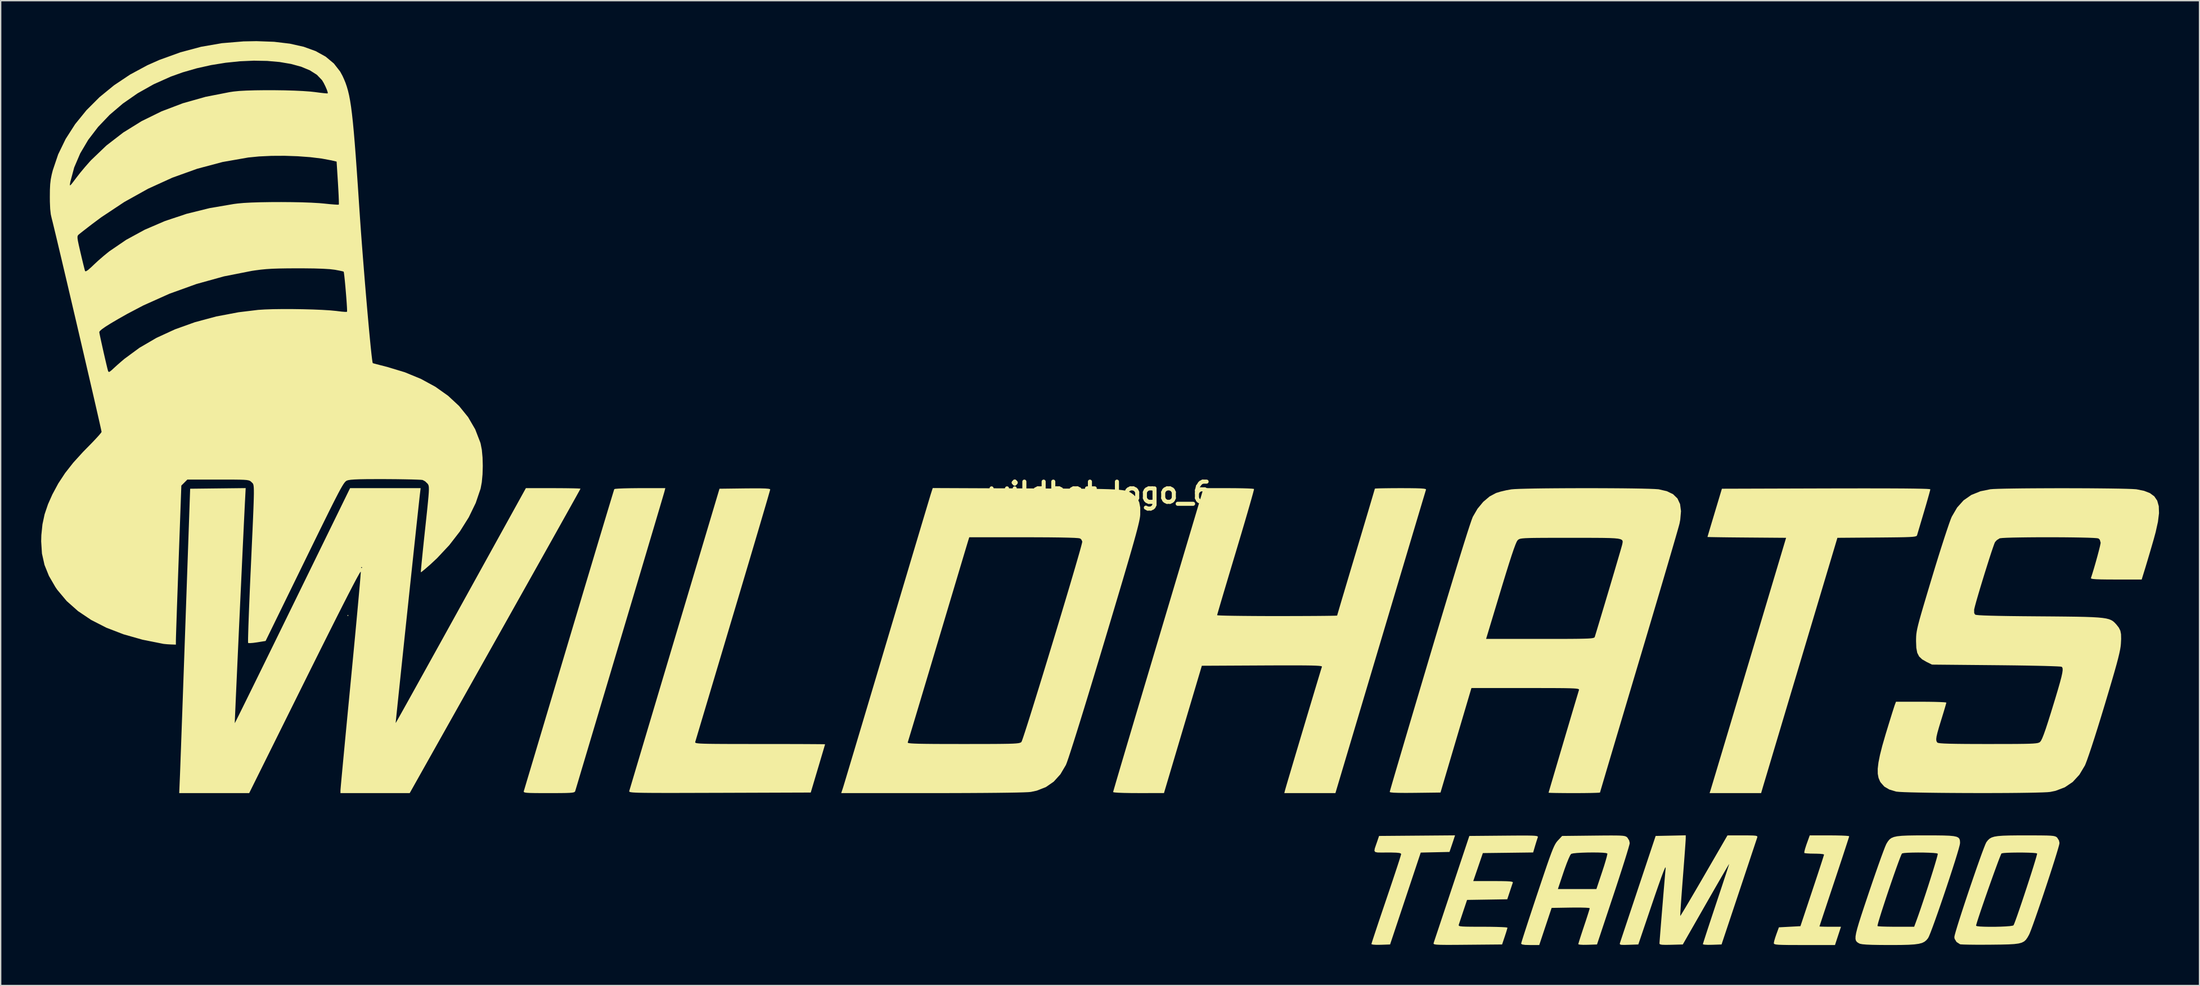
<source format=kicad_pcb>
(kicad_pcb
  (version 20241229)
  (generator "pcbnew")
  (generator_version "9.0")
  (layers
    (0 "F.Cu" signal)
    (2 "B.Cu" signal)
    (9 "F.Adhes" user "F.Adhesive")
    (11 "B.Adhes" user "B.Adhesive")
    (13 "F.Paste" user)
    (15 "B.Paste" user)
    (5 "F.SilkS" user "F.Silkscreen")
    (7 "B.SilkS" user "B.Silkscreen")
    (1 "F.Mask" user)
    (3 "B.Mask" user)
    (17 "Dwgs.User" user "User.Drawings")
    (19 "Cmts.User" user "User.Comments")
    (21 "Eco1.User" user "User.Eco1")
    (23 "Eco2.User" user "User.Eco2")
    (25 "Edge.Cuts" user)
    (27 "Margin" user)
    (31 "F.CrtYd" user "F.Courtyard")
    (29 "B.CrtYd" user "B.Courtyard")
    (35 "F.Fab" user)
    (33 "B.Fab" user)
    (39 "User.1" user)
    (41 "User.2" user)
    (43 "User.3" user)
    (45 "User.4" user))
  (footprint "wildhat_logo_6"
    (layer "F.Cu")
    (at 78.473 33.472)
    (property "Reference" "wildhat_logo_6" (at 0 0 0) (layer "F.SilkS") (effects (font (size 1.5 1.5) (thickness 0.3))))
    (attr board_only exclude_from_pos_files exclude_from_bom)
    (fp_poly (pts (xy -55.711 9.102) (xy -55.753 9.144) (xy -55.795 9.102) (xy -55.753 9.059)) (stroke (width 0) (type solid)) (fill yes) (layer "F.SilkS"))
    (fp_poly (pts (xy 26.198 25.589) (xy 26.135 25.781) (xy 26.044 26.054) (xy 25.993 26.204) (xy 25.85 26.628) (xy 24.784 26.651) (xy 23.719 26.675) (xy 22.584 30.08) (xy 21.449 33.486) (xy 20.758 33.51) (xy 20.434 33.513) (xy 20.193 33.498) (xy 20.073 33.467) (xy 20.066 33.456) (xy 20.092 33.361) (xy 20.168 33.124) (xy 20.287 32.761) (xy 20.443 32.29) (xy 20.63 31.728) (xy 20.844 31.094) (xy 21.078 30.404) (xy 21.167 30.141) (xy 21.406 29.433) (xy 21.628 28.773) (xy 21.826 28.178) (xy 21.995 27.667) (xy 22.128 27.256) (xy 22.219 26.963) (xy 22.264 26.807) (xy 22.267 26.787) (xy 22.235 26.736) (xy 22.12 26.702) (xy 21.9 26.681) (xy 21.55 26.671) (xy 21.246 26.67) (xy 20.805 26.673) (xy 20.513 26.668) (xy 20.347 26.631) (xy 20.288 26.542) (xy 20.313 26.377) (xy 20.401 26.114) (xy 20.489 25.866) (xy 20.632 25.442) (xy 23.446 25.42) (xy 26.259 25.398)) (stroke (width 0) (type solid)) (fill yes) (layer "F.SilkS"))
    (fp_poly (pts (xy 54.472 25.404) (xy 54.883 25.413) (xy 55.202 25.428) (xy 55.401 25.447) (xy 55.457 25.465) (xy 55.431 25.557) (xy 55.357 25.792) (xy 55.24 26.153) (xy 55.086 26.623) (xy 54.902 27.185) (xy 54.691 27.822) (xy 54.461 28.515) (xy 54.356 28.829) (xy 54.119 29.54) (xy 53.899 30.2) (xy 53.703 30.792) (xy 53.535 31.297) (xy 53.402 31.701) (xy 53.308 31.985) (xy 53.26 32.133) (xy 53.255 32.151) (xy 53.334 32.161) (xy 53.545 32.168) (xy 53.851 32.173) (xy 54.052 32.173) (xy 54.849 32.173) (xy 54.627 32.851) (xy 54.405 33.528) (xy 52.137 33.528) (xy 51.457 33.527) (xy 50.928 33.525) (xy 50.531 33.518) (xy 50.248 33.508) (xy 50.059 33.491) (xy 49.946 33.467) (xy 49.891 33.436) (xy 49.874 33.394) (xy 49.874 33.38) (xy 49.904 33.225) (xy 49.979 32.972) (xy 50.064 32.724) (xy 50.25 32.216) (xy 51.047 32.173) (xy 51.845 32.131) (xy 52.719 29.507) (xy 52.93 28.873) (xy 53.123 28.29) (xy 53.291 27.778) (xy 53.428 27.356) (xy 53.528 27.043) (xy 53.584 26.86) (xy 53.594 26.819) (xy 53.516 26.79) (xy 53.308 26.767) (xy 53.009 26.756) (xy 52.888 26.755) (xy 52.559 26.749) (xy 52.298 26.734) (xy 52.15 26.713) (xy 52.133 26.705) (xy 52.136 26.607) (xy 52.189 26.394) (xy 52.282 26.105) (xy 52.309 26.028) (xy 52.535 25.4) (xy 53.996 25.4)) (stroke (width 0) (type solid)) (fill yes) (layer "F.SilkS"))
    (fp_poly (pts (xy 31.623 25.412) (xy 31.944 25.418) (xy 32.166 25.43) (xy 32.303 25.448) (xy 32.375 25.473) (xy 32.398 25.506) (xy 32.39 25.543) (xy 32.337 25.702) (xy 32.256 25.959) (xy 32.19 26.178) (xy 32.046 26.667) (xy 30.184 26.69) (xy 28.321 26.712) (xy 27.966 27.75) (xy 27.61 28.787) (xy 29.097 28.787) (xy 29.653 28.789) (xy 30.058 28.798) (xy 30.33 28.814) (xy 30.486 28.839) (xy 30.544 28.874) (xy 30.544 28.892) (xy 30.499 29.022) (xy 30.419 29.261) (xy 30.32 29.559) (xy 30.317 29.568) (xy 30.129 30.137) (xy 28.64 30.161) (xy 27.151 30.184) (xy 26.868 31.026) (xy 26.746 31.393) (xy 26.64 31.711) (xy 26.565 31.938) (xy 26.538 32.021) (xy 26.531 32.071) (xy 26.56 32.109) (xy 26.645 32.136) (xy 26.807 32.154) (xy 27.066 32.165) (xy 27.442 32.171) (xy 27.955 32.173) (xy 28.315 32.173) (xy 28.851 32.176) (xy 29.324 32.185) (xy 29.711 32.198) (xy 29.987 32.214) (xy 30.128 32.233) (xy 30.141 32.242) (xy 30.116 32.35) (xy 30.049 32.573) (xy 29.954 32.864) (xy 29.943 32.898) (xy 29.745 33.486) (xy 27.185 33.508) (xy 26.46 33.514) (xy 25.886 33.517) (xy 25.448 33.516) (xy 25.126 33.51) (xy 24.905 33.499) (xy 24.766 33.481) (xy 24.693 33.456) (xy 24.668 33.422) (xy 24.674 33.381) (xy 24.709 33.273) (xy 24.793 33.02) (xy 24.92 32.64) (xy 25.084 32.147) (xy 25.28 31.559) (xy 25.502 30.891) (xy 25.746 30.16) (xy 26.005 29.382) (xy 26.02 29.337) (xy 27.319 25.442) (xy 29.883 25.42) (xy 30.609 25.414) (xy 31.184 25.411)) (stroke (width 0) (type solid)) (fill yes) (layer "F.SilkS"))
    (fp_poly (pts (xy -32.298 -0.106) (xy -32.329 0.002) (xy -32.405 0.263) (xy -32.524 0.667) (xy -32.683 1.204) (xy -32.879 1.865) (xy -33.109 2.64) (xy -33.371 3.519) (xy -33.66 4.493) (xy -33.975 5.553) (xy -34.313 6.688) (xy -34.671 7.889) (xy -35.046 9.146) (xy -35.435 10.451) (xy -35.613 11.049) (xy -36.007 12.369) (xy -36.387 13.646) (xy -36.752 14.87) (xy -37.099 16.031) (xy -37.423 17.12) (xy -37.724 18.128) (xy -37.997 19.044) (xy -38.24 19.86) (xy -38.451 20.565) (xy -38.625 21.151) (xy -38.761 21.607) (xy -38.856 21.925) (xy -38.907 22.094) (xy -38.914 22.119) (xy -38.941 22.167) (xy -39.002 22.204) (xy -39.118 22.23) (xy -39.311 22.248) (xy -39.601 22.259) (xy -40.008 22.265) (xy -40.555 22.267) (xy -40.863 22.267) (xy -41.479 22.267) (xy -41.944 22.263) (xy -42.281 22.256) (xy -42.508 22.242) (xy -42.644 22.221) (xy -42.711 22.192) (xy -42.728 22.151) (xy -42.722 22.119) (xy -42.692 22.022) (xy -42.617 21.771) (xy -42.5 21.377) (xy -42.342 20.85) (xy -42.147 20.198) (xy -41.918 19.431) (xy -41.658 18.558) (xy -41.369 17.59) (xy -41.054 16.534) (xy -40.716 15.402) (xy -40.358 14.202) (xy -39.982 12.944) (xy -39.592 11.637) (xy -39.369 10.888) (xy -38.972 9.559) (xy -38.588 8.275) (xy -38.221 7.045) (xy -37.871 5.878) (xy -37.543 4.783) (xy -37.24 3.77) (xy -36.963 2.849) (xy -36.716 2.028) (xy -36.502 1.318) (xy -36.323 0.727) (xy -36.183 0.265) (xy -36.084 -0.06) (xy -36.028 -0.236) (xy -36.018 -0.267) (xy -35.924 -0.288) (xy -35.685 -0.306) (xy -35.327 -0.321) (xy -34.875 -0.332) (xy -34.353 -0.338) (xy -34.106 -0.339) (xy -32.24 -0.339)) (stroke (width 0) (type solid)) (fill yes) (layer "F.SilkS"))
    (fp_poly (pts (xy 57.752 -0.321) (xy 58.757 -0.318) (xy 59.601 -0.313) (xy 60.285 -0.305) (xy 60.812 -0.295) (xy 61.183 -0.283) (xy 61.401 -0.268) (xy 61.468 -0.252) (xy 61.445 -0.147) (xy 61.38 0.093) (xy 61.282 0.443) (xy 61.158 0.876) (xy 61.014 1.366) (xy 60.998 1.42) (xy 60.85 1.92) (xy 60.716 2.37) (xy 60.606 2.743) (xy 60.526 3.012) (xy 60.486 3.148) (xy 60.484 3.153) (xy 60.462 3.192) (xy 60.41 3.224) (xy 60.31 3.25) (xy 60.148 3.27) (xy 59.905 3.285) (xy 59.565 3.297) (xy 59.111 3.306) (xy 58.527 3.313) (xy 57.797 3.32) (xy 57.512 3.322) (xy 54.584 3.344) (xy 51.889 12.361) (xy 51.529 13.567) (xy 51.18 14.732) (xy 50.847 15.848) (xy 50.532 16.902) (xy 50.239 17.884) (xy 49.97 18.783) (xy 49.73 19.587) (xy 49.522 20.286) (xy 49.348 20.869) (xy 49.212 21.324) (xy 49.117 21.641) (xy 49.067 21.809) (xy 49.063 21.823) (xy 48.933 22.267) (xy 47.024 22.267) (xy 45.116 22.267) (xy 45.178 22.077) (xy 45.21 21.972) (xy 45.287 21.716) (xy 45.407 21.318) (xy 45.566 20.789) (xy 45.76 20.139) (xy 45.988 19.38) (xy 46.245 18.521) (xy 46.529 17.573) (xy 46.836 16.546) (xy 47.164 15.451) (xy 47.509 14.298) (xy 47.867 13.097) (xy 48.012 12.615) (xy 50.783 3.344) (xy 47.87 3.322) (xy 47.187 3.316) (xy 46.561 3.31) (xy 46.012 3.303) (xy 45.557 3.296) (xy 45.218 3.29) (xy 45.013 3.284) (xy 44.959 3.28) (xy 44.983 3.196) (xy 45.048 2.975) (xy 45.148 2.638) (xy 45.276 2.209) (xy 45.425 1.713) (xy 45.494 1.482) (xy 46.028 -0.296) (xy 53.748 -0.318) (xy 55.249 -0.321) (xy 56.583 -0.322)) (stroke (width 0) (type solid)) (fill yes) (layer "F.SilkS"))
    (fp_poly (pts (xy -25.187 -0.322) (xy -24.827 -0.312) (xy -24.598 -0.293) (xy -24.486 -0.265) (xy -24.469 -0.244) (xy -24.492 -0.152) (xy -24.562 0.093) (xy -24.673 0.479) (xy -24.824 0.996) (xy -25.012 1.634) (xy -25.232 2.383) (xy -25.483 3.232) (xy -25.761 4.171) (xy -26.063 5.19) (xy -26.387 6.278) (xy -26.728 7.425) (xy -27.084 8.621) (xy -27.225 9.092) (xy -27.587 10.305) (xy -27.935 11.474) (xy -28.268 12.589) (xy -28.581 13.639) (xy -28.872 14.614) (xy -29.137 15.503) (xy -29.374 16.297) (xy -29.579 16.984) (xy -29.749 17.554) (xy -29.881 17.997) (xy -29.972 18.302) (xy -30.019 18.46) (xy -30.024 18.479) (xy -30.026 18.51) (xy -30.003 18.537) (xy -29.942 18.559) (xy -29.831 18.577) (xy -29.657 18.592) (xy -29.407 18.603) (xy -29.068 18.612) (xy -28.628 18.618) (xy -28.074 18.622) (xy -27.393 18.625) (xy -26.572 18.626) (xy -25.599 18.627) (xy -25.236 18.627) (xy -24.349 18.627) (xy -23.515 18.628) (xy -22.749 18.63) (xy -22.065 18.632) (xy -21.478 18.635) (xy -21.005 18.638) (xy -20.659 18.641) (xy -20.456 18.645) (xy -20.406 18.648) (xy -20.429 18.731) (xy -20.494 18.954) (xy -20.594 19.291) (xy -20.721 19.72) (xy -20.868 20.217) (xy -20.937 20.447) (xy -21.466 22.225) (xy -28.209 22.247) (xy -29.436 22.25) (xy -30.505 22.253) (xy -31.427 22.255) (xy -32.211 22.255) (xy -32.87 22.254) (xy -33.413 22.251) (xy -33.852 22.246) (xy -34.198 22.239) (xy -34.461 22.229) (xy -34.652 22.217) (xy -34.782 22.202) (xy -34.862 22.183) (xy -34.902 22.162) (xy -34.914 22.137) (xy -34.912 22.12) (xy -34.884 22.022) (xy -34.809 21.772) (xy -34.692 21.378) (xy -34.535 20.85) (xy -34.341 20.198) (xy -34.112 19.431) (xy -33.852 18.558) (xy -33.563 17.588) (xy -33.248 16.533) (xy -32.91 15.399) (xy -32.552 14.198) (xy -32.176 12.939) (xy -31.786 11.63) (xy -31.549 10.837) (xy -28.226 -0.296) (xy -26.347 -0.319) (xy -25.689 -0.324)) (stroke (width 0) (type solid)) (fill yes) (layer "F.SilkS"))
    (fp_poly (pts (xy 38.165 25.408) (xy 38.467 25.415) (xy 38.679 25.429) (xy 38.823 25.451) (xy 38.918 25.483) (xy 38.984 25.525) (xy 39.028 25.566) (xy 39.158 25.776) (xy 39.2 25.971) (xy 39.174 26.098) (xy 39.098 26.368) (xy 38.98 26.764) (xy 38.824 27.268) (xy 38.635 27.863) (xy 38.419 28.532) (xy 38.182 29.258) (xy 37.987 29.845) (xy 36.776 33.486) (xy 36.083 33.51) (xy 35.765 33.514) (xy 35.524 33.501) (xy 35.399 33.476) (xy 35.391 33.465) (xy 35.416 33.364) (xy 35.487 33.132) (xy 35.594 32.798) (xy 35.727 32.391) (xy 35.814 32.131) (xy 35.959 31.695) (xy 36.082 31.315) (xy 36.175 31.02) (xy 36.228 30.84) (xy 36.237 30.799) (xy 36.157 30.777) (xy 35.936 30.761) (xy 35.6 30.752) (xy 35.179 30.75) (xy 34.826 30.753) (xy 33.415 30.776) (xy 32.956 32.152) (xy 32.498 33.528) (xy 31.828 33.528) (xy 31.46 33.519) (xy 31.243 33.489) (xy 31.159 33.436) (xy 31.157 33.422) (xy 31.183 33.322) (xy 31.257 33.078) (xy 31.375 32.707) (xy 31.531 32.226) (xy 31.718 31.651) (xy 31.933 30.999) (xy 32.169 30.286) (xy 32.358 29.719) (xy 32.472 29.379) (xy 33.879 29.379) (xy 35.305 29.379) (xy 36.731 29.379) (xy 37.159 28.097) (xy 37.302 27.658) (xy 37.418 27.274) (xy 37.501 26.975) (xy 37.542 26.789) (xy 37.542 26.743) (xy 37.44 26.709) (xy 37.204 26.685) (xy 36.872 26.671) (xy 36.479 26.667) (xy 36.061 26.671) (xy 35.655 26.684) (xy 35.297 26.705) (xy 35.023 26.733) (xy 34.869 26.769) (xy 34.857 26.776) (xy 34.781 26.89) (xy 34.668 27.135) (xy 34.529 27.48) (xy 34.377 27.895) (xy 34.296 28.131) (xy 33.879 29.379) (xy 32.472 29.379) (xy 32.647 28.856) (xy 32.889 28.139) (xy 33.089 27.552) (xy 33.255 27.081) (xy 33.391 26.71) (xy 33.504 26.424) (xy 33.6 26.207) (xy 33.683 26.045) (xy 33.761 25.922) (xy 33.838 25.824) (xy 33.876 25.782) (xy 34.193 25.442) (xy 36.524 25.417) (xy 37.213 25.41) (xy 37.754 25.407)) (stroke (width 0) (type solid)) (fill yes) (layer "F.SilkS"))
    (fp_poly (pts (xy 43.349 25.612) (xy 43.343 25.747) (xy 43.325 26.029) (xy 43.296 26.436) (xy 43.259 26.947) (xy 43.214 27.538) (xy 43.164 28.189) (xy 43.133 28.588) (xy 43.082 29.252) (xy 43.037 29.861) (xy 42.999 30.393) (xy 42.969 30.83) (xy 42.95 31.15) (xy 42.942 31.335) (xy 42.943 31.372) (xy 42.989 31.307) (xy 43.111 31.11) (xy 43.3 30.797) (xy 43.546 30.383) (xy 43.84 29.882) (xy 44.174 29.312) (xy 44.539 28.685) (xy 44.704 28.4) (xy 46.44 25.402) (xy 47.567 25.401) (xy 48.023 25.402) (xy 48.334 25.409) (xy 48.527 25.425) (xy 48.626 25.454) (xy 48.656 25.499) (xy 48.647 25.548) (xy 48.612 25.656) (xy 48.528 25.908) (xy 48.401 26.289) (xy 48.237 26.781) (xy 48.042 27.37) (xy 47.819 28.037) (xy 47.576 28.768) (xy 47.316 29.546) (xy 47.301 29.591) (xy 46.002 33.486) (xy 45.311 33.51) (xy 44.993 33.514) (xy 44.752 33.502) (xy 44.628 33.477) (xy 44.619 33.467) (xy 44.645 33.373) (xy 44.719 33.138) (xy 44.835 32.778) (xy 44.986 32.314) (xy 45.168 31.762) (xy 45.373 31.142) (xy 45.593 30.48) (xy 45.816 29.811) (xy 46.021 29.194) (xy 46.201 28.646) (xy 46.353 28.187) (xy 46.468 27.834) (xy 46.541 27.605) (xy 46.566 27.518) (xy 46.526 27.579) (xy 46.41 27.773) (xy 46.229 28.083) (xy 45.989 28.495) (xy 45.701 28.994) (xy 45.373 29.564) (xy 45.014 30.191) (xy 44.849 30.48) (xy 43.132 33.486) (xy 42.267 33.51) (xy 41.858 33.516) (xy 41.593 33.507) (xy 41.45 33.478) (xy 41.402 33.429) (xy 41.402 33.423) (xy 41.409 33.314) (xy 41.428 33.061) (xy 41.457 32.689) (xy 41.494 32.221) (xy 41.537 31.684) (xy 41.585 31.1) (xy 41.635 30.496) (xy 41.684 29.894) (xy 41.732 29.321) (xy 41.776 28.801) (xy 41.814 28.357) (xy 41.843 28.016) (xy 41.862 27.813) (xy 41.852 27.76) (xy 41.795 27.856) (xy 41.692 28.105) (xy 41.54 28.508) (xy 41.341 29.067) (xy 41.092 29.784) (xy 40.869 30.438) (xy 39.836 33.486) (xy 39.13 33.51) (xy 38.786 33.519) (xy 38.581 33.513) (xy 38.483 33.485) (xy 38.463 33.43) (xy 38.474 33.383) (xy 38.509 33.275) (xy 38.593 33.022) (xy 38.72 32.64) (xy 38.884 32.147) (xy 39.08 31.559) (xy 39.303 30.891) (xy 39.547 30.16) (xy 39.806 29.382) (xy 39.821 29.337) (xy 41.12 25.442) (xy 42.235 25.419) (xy 43.349 25.395)) (stroke (width 0) (type solid)) (fill yes) (layer "F.SilkS"))
    (fp_poly (pts (xy 61.864 25.401) (xy 62.432 25.408) (xy 62.867 25.424) (xy 63.186 25.454) (xy 63.407 25.501) (xy 63.547 25.57) (xy 63.626 25.665) (xy 63.661 25.79) (xy 63.669 25.948) (xy 63.669 25.976) (xy 63.641 26.129) (xy 63.564 26.419) (xy 63.444 26.826) (xy 63.289 27.328) (xy 63.105 27.904) (xy 62.9 28.533) (xy 62.682 29.192) (xy 62.457 29.861) (xy 62.232 30.519) (xy 62.015 31.143) (xy 61.813 31.713) (xy 61.633 32.207) (xy 61.483 32.604) (xy 61.369 32.882) (xy 61.3 33.018) (xy 61.179 33.166) (xy 61.037 33.283) (xy 60.855 33.373) (xy 60.61 33.437) (xy 60.283 33.482) (xy 59.854 33.509) (xy 59.3 33.523) (xy 58.603 33.527) (xy 58.439 33.527) (xy 57.718 33.523) (xy 57.152 33.513) (xy 56.729 33.495) (xy 56.436 33.469) (xy 56.26 33.435) (xy 56.22 33.419) (xy 56.104 33.356) (xy 56.014 33.285) (xy 55.953 33.193) (xy 55.923 33.064) (xy 55.928 32.884) (xy 55.97 32.636) (xy 56.052 32.308) (xy 56.105 32.125) (xy 57.554 32.125) (xy 57.65 32.142) (xy 57.887 32.156) (xy 58.233 32.166) (xy 58.658 32.172) (xy 58.936 32.173) (xy 60.27 32.173) (xy 60.434 31.729) (xy 60.583 31.315) (xy 60.753 30.825) (xy 60.936 30.281) (xy 61.126 29.708) (xy 61.315 29.128) (xy 61.495 28.563) (xy 61.661 28.036) (xy 61.803 27.571) (xy 61.915 27.19) (xy 61.99 26.916) (xy 62.021 26.772) (xy 62.02 26.757) (xy 61.92 26.726) (xy 61.688 26.702) (xy 61.358 26.685) (xy 60.969 26.674) (xy 60.555 26.671) (xy 60.152 26.676) (xy 59.799 26.688) (xy 59.529 26.708) (xy 59.381 26.736) (xy 59.371 26.741) (xy 59.32 26.833) (xy 59.227 27.063) (xy 59.098 27.405) (xy 58.941 27.839) (xy 58.764 28.34) (xy 58.576 28.886) (xy 58.382 29.454) (xy 58.192 30.022) (xy 58.014 30.565) (xy 57.853 31.062) (xy 57.72 31.49) (xy 57.62 31.825) (xy 57.563 32.044) (xy 57.554 32.125) (xy 56.105 32.125) (xy 56.176 31.884) (xy 56.346 31.348) (xy 56.564 30.686) (xy 56.833 29.884) (xy 56.927 29.603) (xy 57.172 28.883) (xy 57.407 28.202) (xy 57.626 27.578) (xy 57.821 27.032) (xy 57.987 26.583) (xy 58.115 26.25) (xy 58.2 26.053) (xy 58.214 26.025) (xy 58.323 25.848) (xy 58.437 25.707) (xy 58.577 25.6) (xy 58.763 25.521) (xy 59.015 25.466) (xy 59.354 25.431) (xy 59.8 25.411) (xy 60.373 25.402) (xy 61.094 25.4) (xy 61.144 25.4)) (stroke (width 0) (type solid)) (fill yes) (layer "F.SilkS"))
    (fp_poly (pts (xy 69.198 25.401) (xy 69.712 25.404) (xy 70.098 25.41) (xy 70.379 25.422) (xy 70.573 25.441) (xy 70.702 25.469) (xy 70.788 25.506) (xy 70.851 25.554) (xy 70.866 25.569) (xy 70.995 25.777) (xy 71.035 25.965) (xy 71.009 26.103) (xy 70.933 26.38) (xy 70.816 26.773) (xy 70.665 27.262) (xy 70.486 27.825) (xy 70.287 28.44) (xy 70.074 29.087) (xy 69.856 29.743) (xy 69.639 30.387) (xy 69.43 30.997) (xy 69.237 31.553) (xy 69.066 32.033) (xy 68.925 32.414) (xy 68.821 32.677) (xy 68.777 32.772) (xy 68.662 32.976) (xy 68.548 33.138) (xy 68.414 33.261) (xy 68.239 33.351) (xy 68.001 33.415) (xy 67.681 33.456) (xy 67.256 33.481) (xy 66.707 33.494) (xy 66.012 33.502) (xy 65.913 33.503) (xy 65.326 33.506) (xy 64.791 33.505) (xy 64.333 33.5) (xy 63.976 33.492) (xy 63.746 33.481) (xy 63.669 33.471) (xy 63.408 33.302) (xy 63.264 33.063) (xy 63.246 32.942) (xy 63.273 32.799) (xy 63.35 32.518) (xy 63.469 32.119) (xy 63.476 32.097) (xy 64.855 32.097) (xy 64.934 32.131) (xy 65.147 32.155) (xy 65.462 32.17) (xy 65.844 32.177) (xy 66.258 32.176) (xy 66.671 32.166) (xy 67.049 32.149) (xy 67.357 32.125) (xy 67.562 32.094) (xy 67.627 32.068) (xy 67.679 31.956) (xy 67.773 31.711) (xy 67.901 31.354) (xy 68.055 30.91) (xy 68.228 30.401) (xy 68.412 29.851) (xy 68.599 29.283) (xy 68.783 28.719) (xy 68.955 28.184) (xy 69.107 27.701) (xy 69.232 27.292) (xy 69.323 26.981) (xy 69.372 26.791) (xy 69.377 26.742) (xy 69.28 26.716) (xy 69.05 26.696) (xy 68.723 26.682) (xy 68.336 26.674) (xy 67.924 26.673) (xy 67.523 26.678) (xy 67.171 26.69) (xy 66.902 26.708) (xy 66.753 26.733) (xy 66.741 26.738) (xy 66.696 26.827) (xy 66.604 27.053) (xy 66.474 27.394) (xy 66.315 27.826) (xy 66.133 28.326) (xy 65.938 28.872) (xy 65.737 29.44) (xy 65.539 30.007) (xy 65.352 30.55) (xy 65.183 31.046) (xy 65.041 31.473) (xy 64.934 31.807) (xy 64.87 32.024) (xy 64.855 32.097) (xy 63.476 32.097) (xy 63.624 31.624) (xy 63.807 31.055) (xy 64.011 30.432) (xy 64.229 29.777) (xy 64.454 29.11) (xy 64.679 28.453) (xy 64.895 27.828) (xy 65.098 27.254) (xy 65.278 26.754) (xy 65.43 26.349) (xy 65.545 26.06) (xy 65.617 25.908) (xy 65.622 25.901) (xy 65.733 25.758) (xy 65.854 25.645) (xy 66.005 25.559) (xy 66.207 25.495) (xy 66.48 25.451) (xy 66.844 25.423) (xy 67.32 25.408) (xy 67.928 25.401) (xy 68.535 25.4)) (stroke (width 0) (type solid)) (fill yes) (layer "F.SilkS"))
    (fp_poly (pts (xy 10.024 -0.336) (xy 10.507 -0.328) (xy 10.905 -0.316) (xy 11.195 -0.301) (xy 11.351 -0.283) (xy 11.37 -0.275) (xy 11.353 -0.185) (xy 11.291 0.053) (xy 11.188 0.424) (xy 11.049 0.913) (xy 10.878 1.505) (xy 10.679 2.187) (xy 10.456 2.942) (xy 10.213 3.757) (xy 10.021 4.401) (xy 9.766 5.251) (xy 9.526 6.053) (xy 9.306 6.792) (xy 9.109 7.453) (xy 8.941 8.021) (xy 8.806 8.482) (xy 8.707 8.822) (xy 8.649 9.025) (xy 8.636 9.079) (xy 8.718 9.091) (xy 8.954 9.103) (xy 9.328 9.114) (xy 9.824 9.123) (xy 10.427 9.131) (xy 11.121 9.137) (xy 11.89 9.142) (xy 12.72 9.144) (xy 13.081 9.144) (xy 13.931 9.143) (xy 14.727 9.141) (xy 15.455 9.138) (xy 16.098 9.134) (xy 16.641 9.129) (xy 17.068 9.123) (xy 17.363 9.117) (xy 17.511 9.11) (xy 17.526 9.107) (xy 17.55 9.021) (xy 17.618 8.788) (xy 17.726 8.421) (xy 17.869 7.935) (xy 18.045 7.346) (xy 18.247 6.666) (xy 18.472 5.911) (xy 18.716 5.095) (xy 18.923 4.403) (xy 19.179 3.548) (xy 19.419 2.743) (xy 19.64 2.001) (xy 19.838 1.338) (xy 20.007 0.767) (xy 20.144 0.304) (xy 20.245 -0.038) (xy 20.305 -0.244) (xy 20.32 -0.301) (xy 20.401 -0.312) (xy 20.627 -0.322) (xy 20.975 -0.329) (xy 21.42 -0.335) (xy 21.94 -0.338) (xy 22.234 -0.339) (xy 22.876 -0.337) (xy 23.364 -0.33) (xy 23.716 -0.318) (xy 23.947 -0.3) (xy 24.074 -0.274) (xy 24.112 -0.241) (xy 24.111 -0.233) (xy 24.082 -0.14) (xy 24.009 0.105) (xy 23.892 0.494) (xy 23.736 1.017) (xy 23.542 1.665) (xy 23.314 2.428) (xy 23.054 3.297) (xy 22.766 4.264) (xy 22.452 5.317) (xy 22.114 6.449) (xy 21.756 7.649) (xy 21.381 8.908) (xy 20.99 10.218) (xy 20.736 11.07) (xy 17.399 22.267) (xy 15.506 22.267) (xy 13.613 22.267) (xy 13.67 22.041) (xy 13.705 21.917) (xy 13.782 21.651) (xy 13.897 21.261) (xy 14.044 20.766) (xy 14.217 20.183) (xy 14.41 19.531) (xy 14.62 18.828) (xy 14.839 18.091) (xy 15.064 17.34) (xy 15.287 16.591) (xy 15.505 15.864) (xy 15.711 15.177) (xy 15.9 14.547) (xy 16.067 13.992) (xy 16.206 13.532) (xy 16.311 13.183) (xy 16.379 12.964) (xy 16.401 12.896) (xy 16.386 12.871) (xy 16.312 12.85) (xy 16.167 12.833) (xy 15.94 12.819) (xy 15.617 12.809) (xy 15.187 12.803) (xy 14.638 12.799) (xy 13.958 12.799) (xy 13.135 12.8) (xy 12.157 12.804) (xy 11.974 12.805) (xy 7.504 12.827) (xy 6.101 17.546) (xy 4.699 22.265) (xy 2.815 22.266) (xy 2.229 22.263) (xy 1.729 22.254) (xy 1.334 22.239) (xy 1.064 22.22) (xy 0.938 22.196) (xy 0.931 22.189) (xy 0.955 22.1) (xy 1.025 21.858) (xy 1.137 21.473) (xy 1.289 20.955) (xy 1.478 20.312) (xy 1.702 19.556) (xy 1.957 18.694) (xy 2.241 17.738) (xy 2.55 16.696) (xy 2.883 15.578) (xy 3.235 14.394) (xy 3.605 13.153) (xy 3.989 11.865) (xy 4.098 11.5) (xy 4.489 10.189) (xy 4.869 8.915) (xy 5.235 7.689) (xy 5.583 6.521) (xy 5.912 5.42) (xy 6.216 4.398) (xy 6.495 3.464) (xy 6.744 2.629) (xy 6.96 1.903) (xy 7.141 1.297) (xy 7.284 0.819) (xy 7.384 0.482) (xy 7.44 0.294) (xy 7.446 0.275) (xy 7.627 -0.339) (xy 9.481 -0.339)) (stroke (width 0) (type solid)) (fill yes) (layer "F.SilkS"))
    (fp_poly (pts (xy -63.38 0.739) (xy -63.401 1.155) (xy -63.427 1.695) (xy -63.459 2.344) (xy -63.494 3.09) (xy -63.534 3.917) (xy -63.576 4.813) (xy -63.62 5.764) (xy -63.666 6.754) (xy -63.714 7.771) (xy -63.761 8.801) (xy -63.809 9.83) (xy -63.855 10.843) (xy -63.9 11.828) (xy -63.943 12.769) (xy -63.983 13.653) (xy -64.02 14.467) (xy -64.053 15.196) (xy -64.08 15.826) (xy -64.103 16.344) (xy -64.12 16.735) (xy -64.129 16.986) (xy -64.132 17.082) (xy -64.132 17.083) (xy -64.094 17.012) (xy -63.986 16.797) (xy -63.813 16.45) (xy -63.58 15.979) (xy -63.291 15.394) (xy -62.951 14.703) (xy -62.565 13.918) (xy -62.138 13.047) (xy -61.673 12.099) (xy -61.176 11.085) (xy -60.651 10.013) (xy -60.104 8.893) (xy -59.854 8.384) (xy -58.467 5.546) (xy -54.779 5.546) (xy -54.737 5.588) (xy -54.695 5.546) (xy -54.737 5.503) (xy -54.779 5.546) (xy -58.467 5.546) (xy -55.591 -0.339) (xy -52.978 -0.339) (xy -50.364 -0.339) (xy -50.417 0.106) (xy -50.443 0.33) (xy -50.483 0.697) (xy -50.537 1.192) (xy -50.603 1.803) (xy -50.68 2.514) (xy -50.765 3.313) (xy -50.859 4.186) (xy -50.958 5.119) (xy -51.062 6.099) (xy -51.17 7.111) (xy -51.279 8.143) (xy -51.389 9.18) (xy -51.498 10.208) (xy -51.604 11.215) (xy -51.706 12.186) (xy -51.803 13.108) (xy -51.893 13.967) (xy -51.975 14.749) (xy -52.047 15.441) (xy -52.108 16.029) (xy -52.157 16.499) (xy -52.191 16.837) (xy -52.21 17.031) (xy -52.213 17.073) (xy -52.171 17.002) (xy -52.052 16.792) (xy -51.861 16.453) (xy -51.604 15.992) (xy -51.285 15.42) (xy -50.91 14.745) (xy -50.484 13.977) (xy -50.011 13.124) (xy -49.497 12.196) (xy -48.946 11.203) (xy -48.365 10.152) (xy -47.757 9.053) (xy -47.383 8.375) (xy -42.568 -0.339) (xy -40.546 -0.339) (xy -39.981 -0.337) (xy -39.477 -0.332) (xy -39.057 -0.325) (xy -38.744 -0.316) (xy -38.561 -0.305) (xy -38.523 -0.298) (xy -38.564 -0.22) (xy -38.683 -0.004) (xy -38.876 0.345) (xy -39.139 0.816) (xy -39.467 1.404) (xy -39.855 2.098) (xy -40.299 2.893) (xy -40.794 3.778) (xy -41.337 4.747) (xy -41.922 5.791) (xy -42.545 6.902) (xy -43.202 8.072) (xy -43.887 9.294) (xy -44.597 10.559) (xy -44.848 11.005) (xy -51.173 22.267) (xy -53.738 22.267) (xy -56.303 22.267) (xy -56.303 22.071) (xy -56.295 21.96) (xy -56.272 21.692) (xy -56.235 21.28) (xy -56.184 20.736) (xy -56.122 20.071) (xy -56.049 19.297) (xy -55.967 18.428) (xy -55.876 17.474) (xy -55.778 16.447) (xy -55.673 15.361) (xy -55.564 14.226) (xy -55.539 13.964) (xy -55.429 12.82) (xy -55.324 11.721) (xy -55.225 10.68) (xy -55.134 9.708) (xy -55.052 8.818) (xy -54.979 8.022) (xy -54.917 7.331) (xy -54.866 6.757) (xy -54.829 6.313) (xy -54.806 6.011) (xy -54.798 5.863) (xy -54.798 5.852) (xy -54.839 5.891) (xy -54.953 6.081) (xy -55.14 6.423) (xy -55.4 6.914) (xy -55.731 7.555) (xy -56.134 8.344) (xy -56.608 9.281) (xy -57.152 10.365) (xy -57.767 11.595) (xy -58.452 12.97) (xy -58.943 13.959) (xy -63.064 22.267) (xy -65.655 22.267) (xy -68.247 22.267) (xy -68.191 20.934) (xy -68.181 20.674) (xy -68.165 20.257) (xy -68.145 19.696) (xy -68.119 19.003) (xy -68.09 18.19) (xy -68.057 17.27) (xy -68.02 16.255) (xy -67.981 15.158) (xy -67.94 13.991) (xy -67.896 12.766) (xy -67.851 11.495) (xy -67.805 10.192) (xy -67.786 9.652) (xy -67.437 -0.296) (xy -65.381 -0.319) (xy -63.324 -0.342)) (stroke (width 0) (type solid)) (fill yes) (layer "F.SilkS"))
    (fp_poly (pts (xy -5.474 -0.318) (xy -4.192 -0.312) (xy -3.068 -0.307) (xy -2.09 -0.302) (xy -1.248 -0.295) (xy -0.53 -0.286) (xy 0.075 -0.275) (xy 0.578 -0.261) (xy 0.991 -0.243) (xy 1.326 -0.221) (xy 1.592 -0.193) (xy 1.803 -0.16) (xy 1.968 -0.12) (xy 2.099 -0.073) (xy 2.208 -0.018) (xy 2.306 0.045) (xy 2.404 0.117) (xy 2.443 0.146) (xy 2.704 0.399) (xy 2.867 0.706) (xy 2.942 1.1) (xy 2.941 1.615) (xy 2.939 1.651) (xy 2.926 1.782) (xy 2.898 1.949) (xy 2.855 2.161) (xy 2.793 2.426) (xy 2.71 2.755) (xy 2.603 3.156) (xy 2.469 3.639) (xy 2.306 4.213) (xy 2.111 4.888) (xy 1.881 5.673) (xy 1.615 6.577) (xy 1.308 7.609) (xy 0.959 8.779) (xy 0.565 10.097) (xy 0.308 10.955) (xy -0.101 12.315) (xy -0.488 13.595) (xy -0.85 14.787) (xy -1.185 15.883) (xy -1.491 16.875) (xy -1.765 17.754) (xy -2.004 18.512) (xy -2.206 19.141) (xy -2.367 19.633) (xy -2.487 19.98) (xy -2.562 20.173) (xy -2.567 20.184) (xy -2.974 20.873) (xy -3.466 21.417) (xy -4.05 21.821) (xy -4.73 22.087) (xy -5.165 22.18) (xy -5.357 22.196) (xy -5.712 22.211) (xy -6.219 22.225) (xy -6.872 22.236) (xy -7.662 22.246) (xy -8.582 22.254) (xy -9.624 22.26) (xy -10.779 22.265) (xy -12.039 22.267) (xy -12.462 22.267) (xy -19.209 22.267) (xy -19.09 21.907) (xy -19.051 21.783) (xy -18.967 21.506) (xy -18.841 21.087) (xy -18.676 20.535) (xy -18.474 19.861) (xy -18.238 19.075) (xy -18.071 18.515) (xy -14.284 18.515) (xy -14.268 18.541) (xy -14.19 18.563) (xy -14.037 18.581) (xy -13.798 18.595) (xy -13.459 18.607) (xy -13.009 18.615) (xy -12.436 18.621) (xy -11.726 18.625) (xy -10.868 18.626) (xy -10.169 18.627) (xy -9.22 18.626) (xy -8.425 18.625) (xy -7.771 18.622) (xy -7.244 18.617) (xy -6.827 18.61) (xy -6.509 18.6) (xy -6.273 18.586) (xy -6.106 18.568) (xy -5.993 18.546) (xy -5.919 18.519) (xy -5.871 18.486) (xy -5.86 18.475) (xy -5.817 18.377) (xy -5.731 18.131) (xy -5.605 17.75) (xy -5.443 17.249) (xy -5.251 16.643) (xy -5.032 15.944) (xy -4.791 15.167) (xy -4.531 14.326) (xy -4.257 13.436) (xy -3.974 12.51) (xy -3.685 11.562) (xy -3.395 10.607) (xy -3.108 9.658) (xy -2.829 8.73) (xy -2.561 7.836) (xy -2.309 6.991) (xy -2.078 6.208) (xy -1.871 5.503) (xy -1.693 4.888) (xy -1.547 4.379) (xy -1.439 3.988) (xy -1.373 3.731) (xy -1.352 3.622) (xy -1.422 3.469) (xy -1.518 3.39) (xy -1.648 3.367) (xy -1.944 3.347) (xy -2.4 3.331) (xy -3.014 3.318) (xy -3.782 3.309) (xy -4.699 3.304) (xy -5.703 3.302) (xy -9.724 3.302) (xy -9.81 3.577) (xy -9.847 3.698) (xy -9.928 3.968) (xy -10.051 4.377) (xy -10.211 4.912) (xy -10.405 5.561) (xy -10.63 6.313) (xy -10.881 7.153) (xy -11.156 8.072) (xy -11.45 9.057) (xy -11.76 10.095) (xy -12.069 11.128) (xy -12.39 12.202) (xy -12.697 13.231) (xy -12.988 14.203) (xy -13.258 15.105) (xy -13.504 15.928) (xy -13.723 16.658) (xy -13.911 17.284) (xy -14.065 17.795) (xy -14.181 18.178) (xy -14.255 18.422) (xy -14.284 18.515) (xy -18.071 18.515) (xy -17.973 18.186) (xy -17.679 17.205) (xy -17.362 16.141) (xy -17.023 15.004) (xy -16.665 13.805) (xy -16.292 12.554) (xy -15.907 11.259) (xy -15.831 11.007) (xy -15.443 9.704) (xy -15.067 8.442) (xy -14.706 7.23) (xy -14.362 6.078) (xy -14.04 4.996) (xy -13.741 3.995) (xy -13.468 3.083) (xy -13.226 2.272) (xy -13.016 1.572) (xy -12.842 0.991) (xy -12.707 0.541) (xy -12.614 0.231) (xy -12.565 0.072) (xy -12.561 0.06) (xy -12.43 -0.346)) (stroke (width 0) (type solid)) (fill yes) (layer "F.SilkS"))
    (fp_poly (pts (xy 37.072 -0.335) (xy 37.912 -0.331) (xy 38.706 -0.325) (xy 39.434 -0.316) (xy 40.077 -0.305) (xy 40.616 -0.291) (xy 41.03 -0.275) (xy 41.301 -0.257) (xy 41.353 -0.251) (xy 41.951 -0.113) (xy 42.411 0.111) (xy 42.736 0.427) (xy 42.93 0.844) (xy 42.998 1.367) (xy 42.943 2.003) (xy 42.889 2.286) (xy 42.849 2.437) (xy 42.764 2.74) (xy 42.637 3.184) (xy 42.471 3.758) (xy 42.269 4.451) (xy 42.034 5.252) (xy 41.77 6.152) (xy 41.479 7.139) (xy 41.164 8.203) (xy 40.829 9.332) (xy 40.478 10.516) (xy 40.112 11.745) (xy 39.884 12.508) (xy 39.515 13.747) (xy 39.159 14.941) (xy 38.82 16.08) (xy 38.501 17.153) (xy 38.204 18.15) (xy 37.933 19.063) (xy 37.69 19.88) (xy 37.479 20.591) (xy 37.303 21.187) (xy 37.164 21.658) (xy 37.065 21.993) (xy 37.01 22.183) (xy 36.999 22.224) (xy 36.919 22.236) (xy 36.693 22.247) (xy 36.345 22.257) (xy 35.9 22.263) (xy 35.381 22.267) (xy 35.094 22.267) (xy 34.547 22.266) (xy 34.061 22.262) (xy 33.66 22.257) (xy 33.369 22.25) (xy 33.211 22.241) (xy 33.189 22.237) (xy 33.212 22.154) (xy 33.278 21.928) (xy 33.38 21.579) (xy 33.514 21.126) (xy 33.672 20.588) (xy 33.85 19.985) (xy 34.041 19.337) (xy 34.241 18.662) (xy 34.442 17.98) (xy 34.641 17.311) (xy 34.829 16.674) (xy 35.003 16.088) (xy 35.156 15.574) (xy 35.283 15.15) (xy 35.377 14.835) (xy 35.433 14.65) (xy 35.44 14.626) (xy 35.443 14.592) (xy 35.419 14.563) (xy 35.355 14.54) (xy 35.235 14.521) (xy 35.047 14.507) (xy 34.776 14.496) (xy 34.409 14.488) (xy 33.931 14.483) (xy 33.329 14.48) (xy 32.588 14.479) (xy 31.695 14.478) (xy 31.481 14.478) (xy 27.474 14.479) (xy 26.329 18.352) (xy 25.184 22.225) (xy 23.302 22.248) (xy 22.603 22.253) (xy 22.068 22.248) (xy 21.696 22.234) (xy 21.481 22.211) (xy 21.421 22.181) (xy 21.444 22.09) (xy 21.514 21.847) (xy 21.625 21.461) (xy 21.776 20.943) (xy 21.964 20.303) (xy 22.186 19.551) (xy 22.438 18.696) (xy 22.718 17.748) (xy 23.023 16.719) (xy 23.35 15.616) (xy 23.696 14.452) (xy 24.058 13.235) (xy 24.35 12.252) (xy 24.772 10.837) (xy 28.561 10.837) (xy 32.563 10.837) (xy 33.492 10.837) (xy 34.266 10.836) (xy 34.899 10.833) (xy 35.405 10.828) (xy 35.8 10.82) (xy 36.096 10.81) (xy 36.309 10.796) (xy 36.452 10.777) (xy 36.54 10.754) (xy 36.588 10.726) (xy 36.609 10.692) (xy 36.61 10.689) (xy 36.747 10.241) (xy 36.909 9.705) (xy 37.09 9.101) (xy 37.285 8.451) (xy 37.487 7.774) (xy 37.691 7.091) (xy 37.889 6.423) (xy 38.077 5.789) (xy 38.247 5.211) (xy 38.394 4.709) (xy 38.513 4.304) (xy 38.595 4.015) (xy 38.637 3.865) (xy 38.64 3.852) (xy 38.665 3.734) (xy 38.678 3.635) (xy 38.664 3.555) (xy 38.61 3.491) (xy 38.502 3.441) (xy 38.326 3.404) (xy 38.067 3.378) (xy 37.713 3.361) (xy 37.248 3.351) (xy 36.659 3.346) (xy 35.933 3.344) (xy 35.055 3.344) (xy 34.803 3.344) (xy 33.913 3.344) (xy 33.176 3.345) (xy 32.577 3.348) (xy 32.101 3.352) (xy 31.733 3.36) (xy 31.457 3.371) (xy 31.257 3.387) (xy 31.119 3.407) (xy 31.026 3.434) (xy 30.963 3.467) (xy 30.914 3.508) (xy 30.893 3.528) (xy 30.827 3.634) (xy 30.734 3.85) (xy 30.61 4.184) (xy 30.453 4.645) (xy 30.261 5.241) (xy 30.03 5.98) (xy 29.757 6.871) (xy 29.635 7.275) (xy 28.561 10.837) (xy 24.772 10.837) (xy 24.827 10.654) (xy 25.271 9.172) (xy 25.68 7.811) (xy 26.055 6.576) (xy 26.392 5.47) (xy 26.691 4.499) (xy 26.951 3.666) (xy 27.169 2.977) (xy 27.345 2.436) (xy 27.477 2.048) (xy 27.564 1.816) (xy 27.58 1.78) (xy 27.925 1.187) (xy 28.349 0.675) (xy 28.824 0.274) (xy 29.302 0.02) (xy 29.634 -0.082) (xy 30.044 -0.179) (xy 30.43 -0.248) (xy 30.657 -0.267) (xy 31.034 -0.284) (xy 31.54 -0.298) (xy 32.156 -0.311) (xy 32.863 -0.321) (xy 33.641 -0.328) (xy 34.47 -0.333) (xy 35.331 -0.336) (xy 36.205 -0.337)) (stroke (width 0) (type solid)) (fill yes) (layer "F.SilkS"))
    (fp_poly (pts (xy 72.479 -0.331) (xy 73.313 -0.327) (xy 74.102 -0.32) (xy 74.827 -0.312) (xy 75.467 -0.302) (xy 76.003 -0.289) (xy 76.417 -0.275) (xy 76.688 -0.258) (xy 76.75 -0.251) (xy 77.299 -0.14) (xy 77.733 0.029) (xy 78.057 0.268) (xy 78.275 0.588) (xy 78.39 1) (xy 78.407 1.518) (xy 78.329 2.152) (xy 78.161 2.915) (xy 78.017 3.445) (xy 77.863 3.978) (xy 77.701 4.531) (xy 77.547 5.05) (xy 77.418 5.481) (xy 77.379 5.609) (xy 77.124 6.435) (xy 75.225 6.435) (xy 74.586 6.433) (xy 74.1 6.426) (xy 73.751 6.414) (xy 73.522 6.395) (xy 73.398 6.37) (xy 73.361 6.335) (xy 73.363 6.329) (xy 73.47 5.997) (xy 73.592 5.595) (xy 73.718 5.159) (xy 73.839 4.723) (xy 73.945 4.323) (xy 74.027 3.994) (xy 74.075 3.77) (xy 74.083 3.702) (xy 74.02 3.484) (xy 73.92 3.39) (xy 73.797 3.369) (xy 73.527 3.351) (xy 73.132 3.335) (xy 72.633 3.323) (xy 72.053 3.313) (xy 71.414 3.306) (xy 70.737 3.302) (xy 70.046 3.301) (xy 69.361 3.303) (xy 68.704 3.308) (xy 68.099 3.316) (xy 67.566 3.326) (xy 67.128 3.34) (xy 66.807 3.357) (xy 66.624 3.377) (xy 66.6 3.383) (xy 66.388 3.518) (xy 66.262 3.658) (xy 66.207 3.785) (xy 66.113 4.049) (xy 65.986 4.424) (xy 65.836 4.885) (xy 65.671 5.407) (xy 65.496 5.964) (xy 65.322 6.531) (xy 65.155 7.082) (xy 65.004 7.592) (xy 64.876 8.034) (xy 64.78 8.385) (xy 64.723 8.617) (xy 64.713 8.665) (xy 64.716 8.919) (xy 64.784 9.036) (xy 64.875 9.059) (xy 65.091 9.08) (xy 65.439 9.099) (xy 65.926 9.115) (xy 66.556 9.13) (xy 67.337 9.143) (xy 68.274 9.154) (xy 69.373 9.163) (xy 69.512 9.164) (xy 70.584 9.172) (xy 71.5 9.181) (xy 72.274 9.191) (xy 72.92 9.205) (xy 73.451 9.224) (xy 73.881 9.249) (xy 74.224 9.282) (xy 74.493 9.324) (xy 74.702 9.377) (xy 74.864 9.442) (xy 74.994 9.521) (xy 75.105 9.615) (xy 75.21 9.726) (xy 75.259 9.781) (xy 75.433 10.005) (xy 75.542 10.226) (xy 75.594 10.489) (xy 75.602 10.84) (xy 75.583 11.206) (xy 75.563 11.403) (xy 75.525 11.638) (xy 75.464 11.926) (xy 75.378 12.283) (xy 75.262 12.723) (xy 75.111 13.262) (xy 74.922 13.915) (xy 74.691 14.698) (xy 74.414 15.625) (xy 74.377 15.748) (xy 74.113 16.618) (xy 73.86 17.435) (xy 73.624 18.182) (xy 73.41 18.842) (xy 73.223 19.398) (xy 73.07 19.834) (xy 72.956 20.132) (xy 72.915 20.225) (xy 72.508 20.905) (xy 72.016 21.44) (xy 71.432 21.835) (xy 70.75 22.095) (xy 70.358 22.178) (xy 70.146 22.198) (xy 69.786 22.215) (xy 69.297 22.229) (xy 68.697 22.241) (xy 68.005 22.251) (xy 67.239 22.258) (xy 66.418 22.262) (xy 65.559 22.264) (xy 64.681 22.263) (xy 63.803 22.26) (xy 62.942 22.255) (xy 62.118 22.248) (xy 61.348 22.238) (xy 60.651 22.226) (xy 60.045 22.212) (xy 59.549 22.196) (xy 59.181 22.178) (xy 58.959 22.157) (xy 58.928 22.152) (xy 58.426 22) (xy 58.057 21.782) (xy 57.79 21.48) (xy 57.739 21.397) (xy 57.631 21.14) (xy 57.574 20.832) (xy 57.571 20.457) (xy 57.625 19.998) (xy 57.737 19.438) (xy 57.909 18.758) (xy 58.144 17.943) (xy 58.194 17.779) (xy 58.359 17.238) (xy 58.513 16.739) (xy 58.646 16.311) (xy 58.752 15.979) (xy 58.82 15.771) (xy 58.836 15.726) (xy 58.924 15.494) (xy 60.789 15.494) (xy 61.33 15.497) (xy 61.81 15.505) (xy 62.203 15.517) (xy 62.487 15.532) (xy 62.636 15.55) (xy 62.653 15.559) (xy 62.629 15.658) (xy 62.563 15.89) (xy 62.464 16.223) (xy 62.34 16.629) (xy 62.272 16.849) (xy 62.109 17.384) (xy 61.995 17.784) (xy 61.928 18.071) (xy 61.904 18.269) (xy 61.918 18.402) (xy 61.966 18.495) (xy 61.993 18.525) (xy 62.065 18.551) (xy 62.231 18.573) (xy 62.502 18.591) (xy 62.889 18.605) (xy 63.403 18.615) (xy 64.054 18.622) (xy 64.853 18.626) (xy 65.751 18.627) (xy 66.638 18.626) (xy 67.372 18.625) (xy 67.967 18.621) (xy 68.44 18.615) (xy 68.805 18.606) (xy 69.079 18.593) (xy 69.277 18.576) (xy 69.414 18.555) (xy 69.507 18.527) (xy 69.57 18.494) (xy 69.594 18.476) (xy 69.666 18.383) (xy 69.757 18.2) (xy 69.871 17.914) (xy 70.014 17.51) (xy 70.189 16.975) (xy 70.403 16.296) (xy 70.494 16) (xy 70.734 15.216) (xy 70.924 14.578) (xy 71.069 14.07) (xy 71.173 13.677) (xy 71.238 13.384) (xy 71.268 13.174) (xy 71.267 13.034) (xy 71.238 12.946) (xy 71.193 12.902) (xy 71.089 12.887) (xy 70.832 12.872) (xy 70.436 12.857) (xy 69.918 12.841) (xy 69.293 12.827) (xy 68.576 12.813) (xy 67.785 12.801) (xy 66.934 12.791) (xy 66.336 12.785) (xy 61.595 12.742) (xy 61.193 12.545) (xy 60.862 12.353) (xy 60.636 12.139) (xy 60.498 11.867) (xy 60.429 11.501) (xy 60.41 11.007) (xy 60.412 10.818) (xy 60.418 10.643) (xy 60.433 10.465) (xy 60.462 10.269) (xy 60.508 10.037) (xy 60.576 9.754) (xy 60.668 9.403) (xy 60.791 8.968) (xy 60.947 8.432) (xy 61.141 7.779) (xy 61.376 6.992) (xy 61.582 6.308) (xy 61.826 5.502) (xy 62.066 4.726) (xy 62.296 3.999) (xy 62.508 3.34) (xy 62.697 2.768) (xy 62.856 2.302) (xy 62.979 1.962) (xy 63.054 1.78) (xy 63.449 1.103) (xy 63.927 0.568) (xy 64.5 0.168) (xy 65.179 -0.107) (xy 65.906 -0.255) (xy 66.127 -0.273) (xy 66.497 -0.288) (xy 66.996 -0.301) (xy 67.605 -0.311) (xy 68.305 -0.32) (xy 69.075 -0.326) (xy 69.897 -0.33) (xy 70.751 -0.333) (xy 71.618 -0.333)) (stroke (width 0) (type solid)) (fill yes) (layer "F.SilkS"))
    (fp_poly (pts (xy -61.217 -33.424) (xy -60.05 -33.285) (xy -59.025 -33.055) (xy -58.14 -32.734) (xy -57.397 -32.321) (xy -56.793 -31.817) (xy -56.327 -31.22) (xy -56.149 -30.894) (xy -56.033 -30.638) (xy -55.927 -30.378) (xy -55.832 -30.102) (xy -55.745 -29.8) (xy -55.664 -29.458) (xy -55.59 -29.067) (xy -55.519 -28.613) (xy -55.451 -28.085) (xy -55.384 -27.473) (xy -55.317 -26.763) (xy -55.248 -25.945) (xy -55.175 -25.007) (xy -55.098 -23.937) (xy -55.014 -22.723) (xy -54.923 -21.355) (xy -54.902 -21.04) (xy -54.846 -20.218) (xy -54.784 -19.34) (xy -54.715 -18.421) (xy -54.642 -17.476) (xy -54.566 -16.52) (xy -54.489 -15.568) (xy -54.411 -14.636) (xy -54.334 -13.738) (xy -54.259 -12.889) (xy -54.188 -12.105) (xy -54.121 -11.4) (xy -54.061 -10.791) (xy -54.008 -10.291) (xy -53.964 -9.917) (xy -53.93 -9.683) (xy -53.909 -9.604) (xy -53.825 -9.579) (xy -53.608 -9.521) (xy -53.29 -9.439) (xy -52.903 -9.339) (xy -52.849 -9.326) (xy -51.538 -8.929) (xy -50.344 -8.437) (xy -49.272 -7.853) (xy -48.328 -7.183) (xy -47.518 -6.431) (xy -46.847 -5.602) (xy -46.322 -4.701) (xy -45.948 -3.733) (xy -45.918 -3.63) (xy -45.83 -3.176) (xy -45.778 -2.61) (xy -45.761 -1.986) (xy -45.779 -1.358) (xy -45.833 -0.779) (xy -45.922 -0.303) (xy -45.924 -0.296) (xy -46.283 0.76) (xy -46.798 1.822) (xy -47.456 2.871) (xy -48.245 3.89) (xy -49.153 4.86) (xy -49.637 5.311) (xy -49.917 5.556) (xy -50.147 5.75) (xy -50.299 5.87) (xy -50.349 5.898) (xy -50.346 5.811) (xy -50.326 5.575) (xy -50.292 5.207) (xy -50.244 4.726) (xy -50.186 4.152) (xy -50.118 3.502) (xy -50.043 2.795) (xy -50.033 2.707) (xy -49.946 1.894) (xy -49.876 1.232) (xy -49.823 0.704) (xy -49.785 0.295) (xy -49.761 -0.015) (xy -49.752 -0.24) (xy -49.755 -0.399) (xy -49.77 -0.508) (xy -49.796 -0.585) (xy -49.832 -0.645) (xy -49.852 -0.672) (xy -50.033 -0.845) (xy -50.215 -0.942) (xy -50.349 -0.957) (xy -50.629 -0.97) (xy -51.034 -0.983) (xy -51.538 -0.993) (xy -52.121 -1.002) (xy -52.759 -1.007) (xy -52.983 -1.008) (xy -53.765 -1.008) (xy -54.395 -1.005) (xy -54.888 -0.996) (xy -55.262 -0.981) (xy -55.533 -0.96) (xy -55.718 -0.932) (xy -55.821 -0.901) (xy -55.875 -0.873) (xy -55.934 -0.824) (xy -56.002 -0.747) (xy -56.085 -0.629) (xy -56.188 -0.462) (xy -56.317 -0.235) (xy -56.476 0.062) (xy -56.671 0.439) (xy -56.908 0.906) (xy -57.191 1.474) (xy -57.526 2.152) (xy -57.919 2.95) (xy -58.374 3.88) (xy -58.897 4.95) (xy -58.971 5.102) (xy -61.848 10.99) (xy -62.469 11.09) (xy -62.776 11.132) (xy -63.014 11.15) (xy -63.137 11.141) (xy -63.143 11.138) (xy -63.149 11.046) (xy -63.147 10.8) (xy -63.137 10.414) (xy -63.122 9.902) (xy -63.1 9.28) (xy -63.073 8.562) (xy -63.04 7.762) (xy -63.004 6.895) (xy -62.963 5.976) (xy -62.957 5.86) (xy -62.903 4.666) (xy -62.856 3.629) (xy -62.815 2.739) (xy -62.782 1.983) (xy -62.756 1.35) (xy -62.737 0.829) (xy -62.724 0.408) (xy -62.717 0.076) (xy -62.718 -0.18) (xy -62.724 -0.37) (xy -62.737 -0.506) (xy -62.756 -0.6) (xy -62.78 -0.663) (xy -62.811 -0.706) (xy -62.847 -0.741) (xy -62.888 -0.78) (xy -62.95 -0.838) (xy -63.018 -0.883) (xy -63.115 -0.916) (xy -63.26 -0.941) (xy -63.474 -0.957) (xy -63.777 -0.967) (xy -64.19 -0.972) (xy -64.733 -0.973) (xy -65.363 -0.974) (xy -67.645 -0.974) (xy -67.867 -0.751) (xy -68.09 -0.529) (xy -68.29 5.006) (xy -68.325 5.969) (xy -68.357 6.89) (xy -68.388 7.753) (xy -68.416 8.543) (xy -68.44 9.246) (xy -68.46 9.845) (xy -68.476 10.326) (xy -68.487 10.673) (xy -68.492 10.871) (xy -68.493 10.901) (xy -68.495 11.261) (xy -68.855 11.249) (xy -69.139 11.233) (xy -69.386 11.209) (xy -69.427 11.203) (xy -70.967 10.895) (xy -72.37 10.497) (xy -73.636 10.01) (xy -74.761 9.436) (xy -75.745 8.775) (xy -76.585 8.029) (xy -77.281 7.197) (xy -77.42 6.994) (xy -77.899 6.167) (xy -78.227 5.352) (xy -78.415 4.51) (xy -78.473 3.601) (xy -78.46 3.141) (xy -78.378 2.341) (xy -78.219 1.598) (xy -77.967 0.853) (xy -77.644 0.127) (xy -77.208 -0.684) (xy -76.7 -1.457) (xy -76.097 -2.226) (xy -75.374 -3.022) (xy -75.078 -3.324) (xy -74.732 -3.676) (xy -74.432 -3.992) (xy -74.197 -4.25) (xy -74.046 -4.431) (xy -73.999 -4.509) (xy -74.018 -4.609) (xy -74.073 -4.861) (xy -74.16 -5.249) (xy -74.276 -5.76) (xy -74.418 -6.38) (xy -74.582 -7.095) (xy -74.766 -7.892) (xy -74.966 -8.755) (xy -75.179 -9.672) (xy -75.401 -10.628) (xy -75.63 -11.61) (xy -75.699 -11.906) (xy -74.168 -11.906) (xy -74.15 -11.794) (xy -74.101 -11.552) (xy -74.028 -11.214) (xy -73.939 -10.812) (xy -73.843 -10.382) (xy -73.745 -9.957) (xy -73.655 -9.572) (xy -73.58 -9.259) (xy -73.527 -9.055) (xy -73.52 -9.029) (xy -73.479 -8.954) (xy -73.404 -8.965) (xy -73.262 -9.076) (xy -73.122 -9.205) (xy -72.863 -9.442) (xy -72.549 -9.717) (xy -72.305 -9.924) (xy -71.187 -10.746) (xy -69.936 -11.476) (xy -68.565 -12.108) (xy -67.086 -12.639) (xy -65.51 -13.063) (xy -63.849 -13.377) (xy -62.402 -13.552) (xy -61.912 -13.583) (xy -61.301 -13.604) (xy -60.602 -13.613) (xy -59.853 -13.612) (xy -59.088 -13.601) (xy -58.344 -13.581) (xy -57.656 -13.552) (xy -57.06 -13.515) (xy -56.591 -13.47) (xy -56.526 -13.461) (xy -56.209 -13.423) (xy -55.962 -13.404) (xy -55.828 -13.407) (xy -55.818 -13.411) (xy -55.812 -13.503) (xy -55.821 -13.73) (xy -55.841 -14.059) (xy -55.87 -14.455) (xy -55.905 -14.886) (xy -55.942 -15.318) (xy -55.98 -15.718) (xy -56.015 -16.051) (xy -56.045 -16.285) (xy -56.066 -16.386) (xy -56.067 -16.386) (xy -56.16 -16.415) (xy -56.376 -16.462) (xy -56.673 -16.518) (xy -56.73 -16.528) (xy -57.085 -16.57) (xy -57.599 -16.602) (xy -58.262 -16.623) (xy -59.063 -16.632) (xy -59.521 -16.633) (xy -60.259 -16.629) (xy -60.862 -16.619) (xy -61.365 -16.602) (xy -61.802 -16.574) (xy -62.207 -16.535) (xy -62.616 -16.481) (xy -62.865 -16.444) (xy -64.93 -16.037) (xy -66.975 -15.469) (xy -68.976 -14.747) (xy -70.909 -13.88) (xy -72.094 -13.257) (xy -72.776 -12.871) (xy -73.314 -12.554) (xy -73.714 -12.303) (xy -73.985 -12.112) (xy -74.133 -11.977) (xy -74.168 -11.906) (xy -75.699 -11.906) (xy -75.861 -12.603) (xy -76.093 -13.593) (xy -76.321 -14.567) (xy -76.542 -15.51) (xy -76.754 -16.409) (xy -76.952 -17.25) (xy -77.134 -18.018) (xy -77.296 -18.7) (xy -77.337 -18.873) (xy -75.782 -18.873) (xy -75.753 -18.673) (xy -75.691 -18.371) (xy -75.592 -17.939) (xy -75.555 -17.78) (xy -75.451 -17.339) (xy -75.357 -16.951) (xy -75.282 -16.649) (xy -75.233 -16.465) (xy -75.223 -16.431) (xy -75.157 -16.411) (xy -75.007 -16.504) (xy -74.764 -16.717) (xy -74.609 -16.866) (xy -74.258 -17.193) (xy -73.852 -17.546) (xy -73.472 -17.856) (xy -73.421 -17.896) (xy -72.173 -18.747) (xy -70.797 -19.496) (xy -69.302 -20.139) (xy -67.697 -20.674) (xy -65.992 -21.096) (xy -64.196 -21.402) (xy -63.923 -21.437) (xy -63.48 -21.478) (xy -62.902 -21.509) (xy -62.222 -21.53) (xy -61.473 -21.542) (xy -60.689 -21.545) (xy -59.903 -21.539) (xy -59.15 -21.524) (xy -58.462 -21.499) (xy -57.873 -21.465) (xy -57.505 -21.432) (xy -57.105 -21.391) (xy -56.769 -21.363) (xy -56.533 -21.349) (xy -56.428 -21.353) (xy -56.427 -21.354) (xy -56.42 -21.446) (xy -56.424 -21.68) (xy -56.438 -22.029) (xy -56.46 -22.466) (xy -56.489 -22.964) (xy -56.489 -22.967) (xy -56.589 -24.544) (xy -56.975 -24.635) (xy -57.698 -24.77) (xy -58.545 -24.873) (xy -59.474 -24.941) (xy -60.443 -24.974) (xy -61.411 -24.969) (xy -62.333 -24.926) (xy -63.136 -24.847) (xy -65.035 -24.514) (xy -66.907 -24.016) (xy -68.748 -23.355) (xy -70.551 -22.533) (xy -72.31 -21.553) (xy -74.02 -20.418) (xy -74.7 -19.912) (xy -75.037 -19.652) (xy -75.336 -19.42) (xy -75.565 -19.24) (xy -75.692 -19.137) (xy -75.695 -19.135) (xy -75.75 -19.076) (xy -75.78 -18.998) (xy -75.782 -18.873) (xy -77.337 -18.873) (xy -77.435 -19.282) (xy -77.548 -19.75) (xy -77.631 -20.09) (xy -77.681 -20.288) (xy -77.69 -20.32) (xy -77.761 -20.634) (xy -77.806 -21.038) (xy -77.828 -21.562) (xy -77.831 -21.929) (xy -77.826 -22.454) (xy -77.807 -22.845) (xy -76.346 -22.845) (xy -76.34 -22.779) (xy -76.288 -22.808) (xy -76.174 -22.943) (xy -75.982 -23.197) (xy -75.882 -23.33) (xy -75.587 -23.709) (xy -75.233 -24.134) (xy -74.884 -24.532) (xy -74.772 -24.653) (xy -73.643 -25.734) (xy -72.394 -26.698) (xy -71.03 -27.544) (xy -69.555 -28.269) (xy -67.974 -28.87) (xy -66.293 -29.345) (xy -64.516 -29.693) (xy -64.22 -29.737) (xy -63.815 -29.778) (xy -63.274 -29.808) (xy -62.632 -29.827) (xy -61.922 -29.836) (xy -61.178 -29.835) (xy -60.433 -29.825) (xy -59.721 -29.804) (xy -59.076 -29.774) (xy -58.531 -29.734) (xy -58.208 -29.699) (xy -57.832 -29.65) (xy -57.522 -29.615) (xy -57.315 -29.598) (xy -57.245 -29.599) (xy -57.251 -29.692) (xy -57.317 -29.885) (xy -57.423 -30.129) (xy -57.546 -30.376) (xy -57.667 -30.577) (xy -57.675 -30.588) (xy -58.051 -30.979) (xy -58.569 -31.308) (xy -59.212 -31.576) (xy -59.966 -31.782) (xy -60.812 -31.926) (xy -61.736 -32.007) (xy -62.721 -32.025) (xy -63.75 -31.98) (xy -64.808 -31.871) (xy -65.879 -31.698) (xy -66.946 -31.46) (xy -67.993 -31.158) (xy -68.868 -30.845) (xy -70.144 -30.274) (xy -71.33 -29.605) (xy -72.417 -28.849) (xy -73.396 -28.015) (xy -74.256 -27.113) (xy -74.988 -26.156) (xy -75.581 -25.152) (xy -76.026 -24.112) (xy -76.312 -23.047) (xy -76.323 -22.991) (xy -76.346 -22.845) (xy -77.807 -22.845) (xy -77.806 -22.867) (xy -77.764 -23.223) (xy -77.694 -23.578) (xy -77.613 -23.899) (xy -77.214 -25.081) (xy -76.659 -26.224) (xy -75.957 -27.319) (xy -75.118 -28.353) (xy -74.154 -29.318) (xy -73.073 -30.202) (xy -71.887 -30.995) (xy -70.606 -31.686) (xy -69.702 -32.086) (xy -68.155 -32.645) (xy -66.628 -33.054) (xy -65.084 -33.321) (xy -63.483 -33.454) (xy -62.526 -33.472)) (stroke (width 0) (type solid)) (fill yes) (layer "F.SilkS")))
  (gr_rect
    (start -3 -3)
    (end 159.88 70)
    (stroke (width 0.1) (type default))
    (fill no)
    (layer "Edge.Cuts")))
</source>
